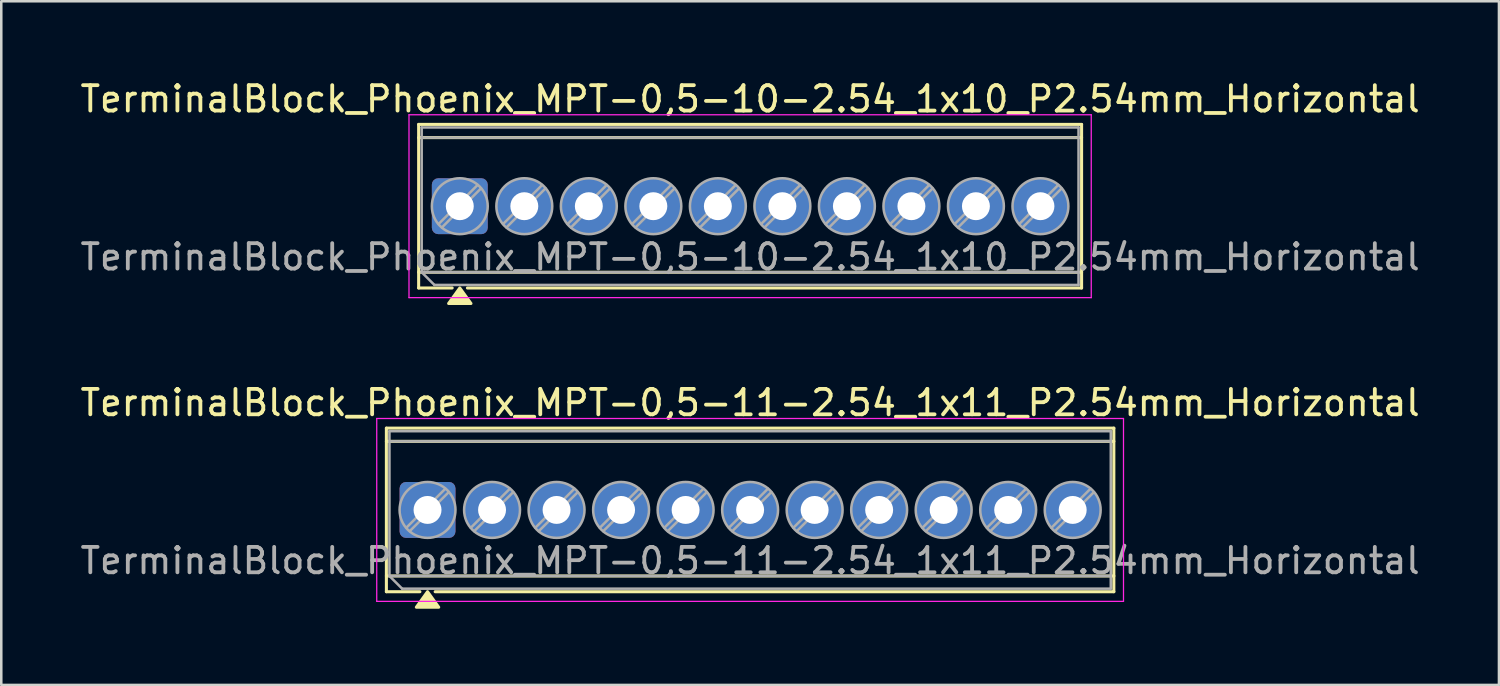
<source format=kicad_pcb>
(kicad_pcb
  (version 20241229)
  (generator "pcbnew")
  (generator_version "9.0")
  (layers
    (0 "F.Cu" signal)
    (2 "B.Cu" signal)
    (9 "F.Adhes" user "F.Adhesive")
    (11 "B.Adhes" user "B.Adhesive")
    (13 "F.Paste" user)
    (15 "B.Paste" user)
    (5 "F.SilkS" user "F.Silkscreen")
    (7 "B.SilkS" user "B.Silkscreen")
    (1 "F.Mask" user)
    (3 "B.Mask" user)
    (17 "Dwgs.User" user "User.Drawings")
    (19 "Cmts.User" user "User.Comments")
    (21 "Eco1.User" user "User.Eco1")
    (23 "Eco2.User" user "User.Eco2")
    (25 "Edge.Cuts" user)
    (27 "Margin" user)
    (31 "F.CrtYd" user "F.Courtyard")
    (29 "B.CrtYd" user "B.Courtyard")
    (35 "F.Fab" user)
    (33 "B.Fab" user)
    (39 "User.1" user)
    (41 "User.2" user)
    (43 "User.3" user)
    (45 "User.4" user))
  (footprint "TerminalBlock_Phoenix_MPT-0,5-11-2.54_1x11_P2.54mm_Horizontal"
    (layer "F.Cu")
    (at 13.782 17.026)
    (property "Reference" "TerminalBlock_Phoenix_MPT-0,5-11-2.54_1x11_P2.54mm_Horizontal" (at 12.7 -4.22 0) (layer "F.SilkS") (effects (font (size 1 1) (thickness 0.15))))
    (attr through_hole)
    (fp_line (start -1.62 -3.22) (end 27.02 -3.22) (stroke (width 0.12) (type solid)) (layer "F.SilkS"))
    (fp_line (start -1.62 -2.7) (end 27.02 -2.7) (stroke (width 0.12) (type solid)) (layer "F.SilkS"))
    (fp_line (start -1.62 2.6) (end 27.02 2.6) (stroke (width 0.12) (type solid)) (layer "F.SilkS"))
    (fp_line (start -1.62 3.22) (end -1.62 -3.22) (stroke (width 0.12) (type solid)) (layer "F.SilkS"))
    (fp_line (start -0.3 3.22) (end -1.62 3.22) (stroke (width 0.12) (type solid)) (layer "F.SilkS"))
    (fp_line (start 27.02 -3.22) (end 27.02 3.22) (stroke (width 0.12) (type solid)) (layer "F.SilkS"))
    (fp_line (start 27.02 3.22) (end 0.3 3.22) (stroke (width 0.12) (type solid)) (layer "F.SilkS"))
    (fp_poly (pts (xy 0 3.22) (xy 0.44 3.83) (xy -0.44 3.83)) (stroke (width 0.12) (type solid)) (fill yes) (layer "F.SilkS"))
    (fp_line (start -2 -3.6) (end -2 3.6) (stroke (width 0.05) (type solid)) (layer "F.CrtYd"))
    (fp_line (start -2 3.6) (end 27.4 3.6) (stroke (width 0.05) (type solid)) (layer "F.CrtYd"))
    (fp_line (start 27.4 -3.6) (end -2 -3.6) (stroke (width 0.05) (type solid)) (layer "F.CrtYd"))
    (fp_line (start 27.4 3.6) (end 27.4 -3.6) (stroke (width 0.05) (type solid)) (layer "F.CrtYd"))
    (fp_line (start -1.5 -3.1) (end 26.9 -3.1) (stroke (width 0.1) (type solid)) (layer "F.Fab"))
    (fp_line (start -1.5 -2.7) (end 26.9 -2.7) (stroke (width 0.1) (type solid)) (layer "F.Fab"))
    (fp_line (start -1.5 2.6) (end -1.5 -3.1) (stroke (width 0.1) (type solid)) (layer "F.Fab"))
    (fp_line (start -1.5 2.6) (end 26.9 2.6) (stroke (width 0.1) (type solid)) (layer "F.Fab"))
    (fp_line (start -1 3.1) (end -1.5 2.6) (stroke (width 0.1) (type solid)) (layer "F.Fab"))
    (fp_line (start 0.7 -0.834) (end -0.834 0.7) (stroke (width 0.1) (type solid)) (layer "F.Fab"))
    (fp_line (start 0.834 -0.7) (end -0.7 0.834) (stroke (width 0.1) (type solid)) (layer "F.Fab"))
    (fp_line (start 3.24 -0.834) (end 1.706 0.7) (stroke (width 0.1) (type solid)) (layer "F.Fab"))
    (fp_line (start 3.374 -0.7) (end 1.84 0.834) (stroke (width 0.1) (type solid)) (layer "F.Fab"))
    (fp_line (start 5.78 -0.834) (end 4.246 0.7) (stroke (width 0.1) (type solid)) (layer "F.Fab"))
    (fp_line (start 5.914 -0.7) (end 4.38 0.834) (stroke (width 0.1) (type solid)) (layer "F.Fab"))
    (fp_line (start 8.32 -0.834) (end 6.786 0.7) (stroke (width 0.1) (type solid)) (layer "F.Fab"))
    (fp_line (start 8.454 -0.7) (end 6.92 0.834) (stroke (width 0.1) (type solid)) (layer "F.Fab"))
    (fp_line (start 10.86 -0.834) (end 9.326 0.7) (stroke (width 0.1) (type solid)) (layer "F.Fab"))
    (fp_line (start 10.994 -0.7) (end 9.46 0.834) (stroke (width 0.1) (type solid)) (layer "F.Fab"))
    (fp_line (start 13.4 -0.834) (end 11.866 0.7) (stroke (width 0.1) (type solid)) (layer "F.Fab"))
    (fp_line (start 13.534 -0.7) (end 12 0.834) (stroke (width 0.1) (type solid)) (layer "F.Fab"))
    (fp_line (start 15.94 -0.834) (end 14.406 0.7) (stroke (width 0.1) (type solid)) (layer "F.Fab"))
    (fp_line (start 16.074 -0.7) (end 14.54 0.834) (stroke (width 0.1) (type solid)) (layer "F.Fab"))
    (fp_line (start 18.48 -0.834) (end 16.946 0.7) (stroke (width 0.1) (type solid)) (layer "F.Fab"))
    (fp_line (start 18.614 -0.7) (end 17.08 0.834) (stroke (width 0.1) (type solid)) (layer "F.Fab"))
    (fp_line (start 21.02 -0.834) (end 19.486 0.7) (stroke (width 0.1) (type solid)) (layer "F.Fab"))
    (fp_line (start 21.154 -0.7) (end 19.62 0.834) (stroke (width 0.1) (type solid)) (layer "F.Fab"))
    (fp_line (start 23.56 -0.834) (end 22.026 0.7) (stroke (width 0.1) (type solid)) (layer "F.Fab"))
    (fp_line (start 23.694 -0.7) (end 22.16 0.834) (stroke (width 0.1) (type solid)) (layer "F.Fab"))
    (fp_line (start 26.1 -0.834) (end 24.566 0.7) (stroke (width 0.1) (type solid)) (layer "F.Fab"))
    (fp_line (start 26.234 -0.7) (end 24.7 0.834) (stroke (width 0.1) (type solid)) (layer "F.Fab"))
    (fp_line (start 26.9 -3.1) (end 26.9 3.1) (stroke (width 0.1) (type solid)) (layer "F.Fab"))
    (fp_line (start 26.9 3.1) (end -1 3.1) (stroke (width 0.1) (type solid)) (layer "F.Fab"))
    (fp_circle (center 0 0) (end 1.1 0) (stroke (width 0.1) (type solid)) (fill no) (layer "F.Fab"))
    (fp_circle (center 2.54 0) (end 3.64 0) (stroke (width 0.1) (type solid)) (fill no) (layer "F.Fab"))
    (fp_circle (center 5.08 0) (end 6.18 0) (stroke (width 0.1) (type solid)) (fill no) (layer "F.Fab"))
    (fp_circle (center 7.62 0) (end 8.72 0) (stroke (width 0.1) (type solid)) (fill no) (layer "F.Fab"))
    (fp_circle (center 10.16 0) (end 11.26 0) (stroke (width 0.1) (type solid)) (fill no) (layer "F.Fab"))
    (fp_circle (center 12.7 0) (end 13.8 0) (stroke (width 0.1) (type solid)) (fill no) (layer "F.Fab"))
    (fp_circle (center 15.24 0) (end 16.34 0) (stroke (width 0.1) (type solid)) (fill no) (layer "F.Fab"))
    (fp_circle (center 17.78 0) (end 18.88 0) (stroke (width 0.1) (type solid)) (fill no) (layer "F.Fab"))
    (fp_circle (center 20.32 0) (end 21.42 0) (stroke (width 0.1) (type solid)) (fill no) (layer "F.Fab"))
    (fp_circle (center 22.86 0) (end 23.96 0) (stroke (width 0.1) (type solid)) (fill no) (layer "F.Fab"))
    (fp_circle (center 25.4 0) (end 26.5 0) (stroke (width 0.1) (type solid)) (fill no) (layer "F.Fab"))
    (fp_text user "${REFERENCE}" (at 12.7 2 0) (layer "F.Fab") (effects (font (size 1 1) (thickness 0.15))))
    (pad "1" thru_hole roundrect (at 0 0) (size 2.2 2.2) (drill 1.1) (layers "*.Cu" "*.Mask") (roundrect_rratio 0.114))
    (pad "2" thru_hole circle (at 2.54 0) (size 2.2 2.2) (drill 1.1) (layers "*.Cu" "*.Mask"))
    (pad "3" thru_hole circle (at 5.08 0) (size 2.2 2.2) (drill 1.1) (layers "*.Cu" "*.Mask"))
    (pad "4" thru_hole circle (at 7.62 0) (size 2.2 2.2) (drill 1.1) (layers "*.Cu" "*.Mask"))
    (pad "5" thru_hole circle (at 10.16 0) (size 2.2 2.2) (drill 1.1) (layers "*.Cu" "*.Mask"))
    (pad "6" thru_hole circle (at 12.7 0) (size 2.2 2.2) (drill 1.1) (layers "*.Cu" "*.Mask"))
    (pad "7" thru_hole circle (at 15.24 0) (size 2.2 2.2) (drill 1.1) (layers "*.Cu" "*.Mask"))
    (pad "8" thru_hole circle (at 17.78 0) (size 2.2 2.2) (drill 1.1) (layers "*.Cu" "*.Mask"))
    (pad "9" thru_hole circle (at 20.32 0) (size 2.2 2.2) (drill 1.1) (layers "*.Cu" "*.Mask"))
    (pad "10" thru_hole circle (at 22.86 0) (size 2.2 2.2) (drill 1.1) (layers "*.Cu" "*.Mask"))
    (pad "11" thru_hole circle (at 25.4 0) (size 2.2 2.2) (drill 1.1) (layers "*.Cu" "*.Mask")))
  (footprint "TerminalBlock_Phoenix_MPT-0,5-10-2.54_1x10_P2.54mm_Horizontal"
    (layer "F.Cu")
    (at 15.052 5.068)
    (property "Reference" "TerminalBlock_Phoenix_MPT-0,5-10-2.54_1x10_P2.54mm_Horizontal" (at 11.43 -4.22 0) (layer "F.SilkS") (effects (font (size 1 1) (thickness 0.15))))
    (attr through_hole)
    (fp_line (start -1.62 -3.22) (end 24.48 -3.22) (stroke (width 0.12) (type solid)) (layer "F.SilkS"))
    (fp_line (start -1.62 -2.7) (end 24.48 -2.7) (stroke (width 0.12) (type solid)) (layer "F.SilkS"))
    (fp_line (start -1.62 2.6) (end 24.48 2.6) (stroke (width 0.12) (type solid)) (layer "F.SilkS"))
    (fp_line (start -1.62 3.22) (end -1.62 -3.22) (stroke (width 0.12) (type solid)) (layer "F.SilkS"))
    (fp_line (start -0.3 3.22) (end -1.62 3.22) (stroke (width 0.12) (type solid)) (layer "F.SilkS"))
    (fp_line (start 24.48 -3.22) (end 24.48 3.22) (stroke (width 0.12) (type solid)) (layer "F.SilkS"))
    (fp_line (start 24.48 3.22) (end 0.3 3.22) (stroke (width 0.12) (type solid)) (layer "F.SilkS"))
    (fp_poly (pts (xy 0 3.22) (xy 0.44 3.83) (xy -0.44 3.83)) (stroke (width 0.12) (type solid)) (fill yes) (layer "F.SilkS"))
    (fp_line (start -2 -3.6) (end -2 3.6) (stroke (width 0.05) (type solid)) (layer "F.CrtYd"))
    (fp_line (start -2 3.6) (end 24.86 3.6) (stroke (width 0.05) (type solid)) (layer "F.CrtYd"))
    (fp_line (start 24.86 -3.6) (end -2 -3.6) (stroke (width 0.05) (type solid)) (layer "F.CrtYd"))
    (fp_line (start 24.86 3.6) (end 24.86 -3.6) (stroke (width 0.05) (type solid)) (layer "F.CrtYd"))
    (fp_line (start -1.5 -3.1) (end 24.36 -3.1) (stroke (width 0.1) (type solid)) (layer "F.Fab"))
    (fp_line (start -1.5 -2.7) (end 24.36 -2.7) (stroke (width 0.1) (type solid)) (layer "F.Fab"))
    (fp_line (start -1.5 2.6) (end -1.5 -3.1) (stroke (width 0.1) (type solid)) (layer "F.Fab"))
    (fp_line (start -1.5 2.6) (end 24.36 2.6) (stroke (width 0.1) (type solid)) (layer "F.Fab"))
    (fp_line (start -1 3.1) (end -1.5 2.6) (stroke (width 0.1) (type solid)) (layer "F.Fab"))
    (fp_line (start 0.7 -0.834) (end -0.834 0.7) (stroke (width 0.1) (type solid)) (layer "F.Fab"))
    (fp_line (start 0.834 -0.7) (end -0.7 0.834) (stroke (width 0.1) (type solid)) (layer "F.Fab"))
    (fp_line (start 3.24 -0.834) (end 1.706 0.7) (stroke (width 0.1) (type solid)) (layer "F.Fab"))
    (fp_line (start 3.374 -0.7) (end 1.84 0.834) (stroke (width 0.1) (type solid)) (layer "F.Fab"))
    (fp_line (start 5.78 -0.834) (end 4.246 0.7) (stroke (width 0.1) (type solid)) (layer "F.Fab"))
    (fp_line (start 5.914 -0.7) (end 4.38 0.834) (stroke (width 0.1) (type solid)) (layer "F.Fab"))
    (fp_line (start 8.32 -0.834) (end 6.786 0.7) (stroke (width 0.1) (type solid)) (layer "F.Fab"))
    (fp_line (start 8.454 -0.7) (end 6.92 0.834) (stroke (width 0.1) (type solid)) (layer "F.Fab"))
    (fp_line (start 10.86 -0.834) (end 9.326 0.7) (stroke (width 0.1) (type solid)) (layer "F.Fab"))
    (fp_line (start 10.994 -0.7) (end 9.46 0.834) (stroke (width 0.1) (type solid)) (layer "F.Fab"))
    (fp_line (start 13.4 -0.834) (end 11.866 0.7) (stroke (width 0.1) (type solid)) (layer "F.Fab"))
    (fp_line (start 13.534 -0.7) (end 12 0.834) (stroke (width 0.1) (type solid)) (layer "F.Fab"))
    (fp_line (start 15.94 -0.834) (end 14.406 0.7) (stroke (width 0.1) (type solid)) (layer "F.Fab"))
    (fp_line (start 16.074 -0.7) (end 14.54 0.834) (stroke (width 0.1) (type solid)) (layer "F.Fab"))
    (fp_line (start 18.48 -0.834) (end 16.946 0.7) (stroke (width 0.1) (type solid)) (layer "F.Fab"))
    (fp_line (start 18.614 -0.7) (end 17.08 0.834) (stroke (width 0.1) (type solid)) (layer "F.Fab"))
    (fp_line (start 21.02 -0.834) (end 19.486 0.7) (stroke (width 0.1) (type solid)) (layer "F.Fab"))
    (fp_line (start 21.154 -0.7) (end 19.62 0.834) (stroke (width 0.1) (type solid)) (layer "F.Fab"))
    (fp_line (start 23.56 -0.834) (end 22.026 0.7) (stroke (width 0.1) (type solid)) (layer "F.Fab"))
    (fp_line (start 23.694 -0.7) (end 22.16 0.834) (stroke (width 0.1) (type solid)) (layer "F.Fab"))
    (fp_line (start 24.36 -3.1) (end 24.36 3.1) (stroke (width 0.1) (type solid)) (layer "F.Fab"))
    (fp_line (start 24.36 3.1) (end -1 3.1) (stroke (width 0.1) (type solid)) (layer "F.Fab"))
    (fp_circle (center 0 0) (end 1.1 0) (stroke (width 0.1) (type solid)) (fill no) (layer "F.Fab"))
    (fp_circle (center 2.54 0) (end 3.64 0) (stroke (width 0.1) (type solid)) (fill no) (layer "F.Fab"))
    (fp_circle (center 5.08 0) (end 6.18 0) (stroke (width 0.1) (type solid)) (fill no) (layer "F.Fab"))
    (fp_circle (center 7.62 0) (end 8.72 0) (stroke (width 0.1) (type solid)) (fill no) (layer "F.Fab"))
    (fp_circle (center 10.16 0) (end 11.26 0) (stroke (width 0.1) (type solid)) (fill no) (layer "F.Fab"))
    (fp_circle (center 12.7 0) (end 13.8 0) (stroke (width 0.1) (type solid)) (fill no) (layer "F.Fab"))
    (fp_circle (center 15.24 0) (end 16.34 0) (stroke (width 0.1) (type solid)) (fill no) (layer "F.Fab"))
    (fp_circle (center 17.78 0) (end 18.88 0) (stroke (width 0.1) (type solid)) (fill no) (layer "F.Fab"))
    (fp_circle (center 20.32 0) (end 21.42 0) (stroke (width 0.1) (type solid)) (fill no) (layer "F.Fab"))
    (fp_circle (center 22.86 0) (end 23.96 0) (stroke (width 0.1) (type solid)) (fill no) (layer "F.Fab"))
    (fp_text user "${REFERENCE}" (at 11.43 2 0) (layer "F.Fab") (effects (font (size 1 1) (thickness 0.15))))
    (pad "1" thru_hole roundrect (at 0 0) (size 2.2 2.2) (drill 1.1) (layers "*.Cu" "*.Mask") (roundrect_rratio 0.114))
    (pad "2" thru_hole circle (at 2.54 0) (size 2.2 2.2) (drill 1.1) (layers "*.Cu" "*.Mask"))
    (pad "3" thru_hole circle (at 5.08 0) (size 2.2 2.2) (drill 1.1) (layers "*.Cu" "*.Mask"))
    (pad "4" thru_hole circle (at 7.62 0) (size 2.2 2.2) (drill 1.1) (layers "*.Cu" "*.Mask"))
    (pad "5" thru_hole circle (at 10.16 0) (size 2.2 2.2) (drill 1.1) (layers "*.Cu" "*.Mask"))
    (pad "6" thru_hole circle (at 12.7 0) (size 2.2 2.2) (drill 1.1) (layers "*.Cu" "*.Mask"))
    (pad "7" thru_hole circle (at 15.24 0) (size 2.2 2.2) (drill 1.1) (layers "*.Cu" "*.Mask"))
    (pad "8" thru_hole circle (at 17.78 0) (size 2.2 2.2) (drill 1.1) (layers "*.Cu" "*.Mask"))
    (pad "9" thru_hole circle (at 20.32 0) (size 2.2 2.2) (drill 1.1) (layers "*.Cu" "*.Mask"))
    (pad "10" thru_hole circle (at 22.86 0) (size 2.2 2.2) (drill 1.1) (layers "*.Cu" "*.Mask")))
  (gr_rect
    (start -3 -3)
    (end 55.964 23.916)
    (stroke (width 0.1) (type default))
    (fill no)
    (layer "Edge.Cuts")))
</source>
